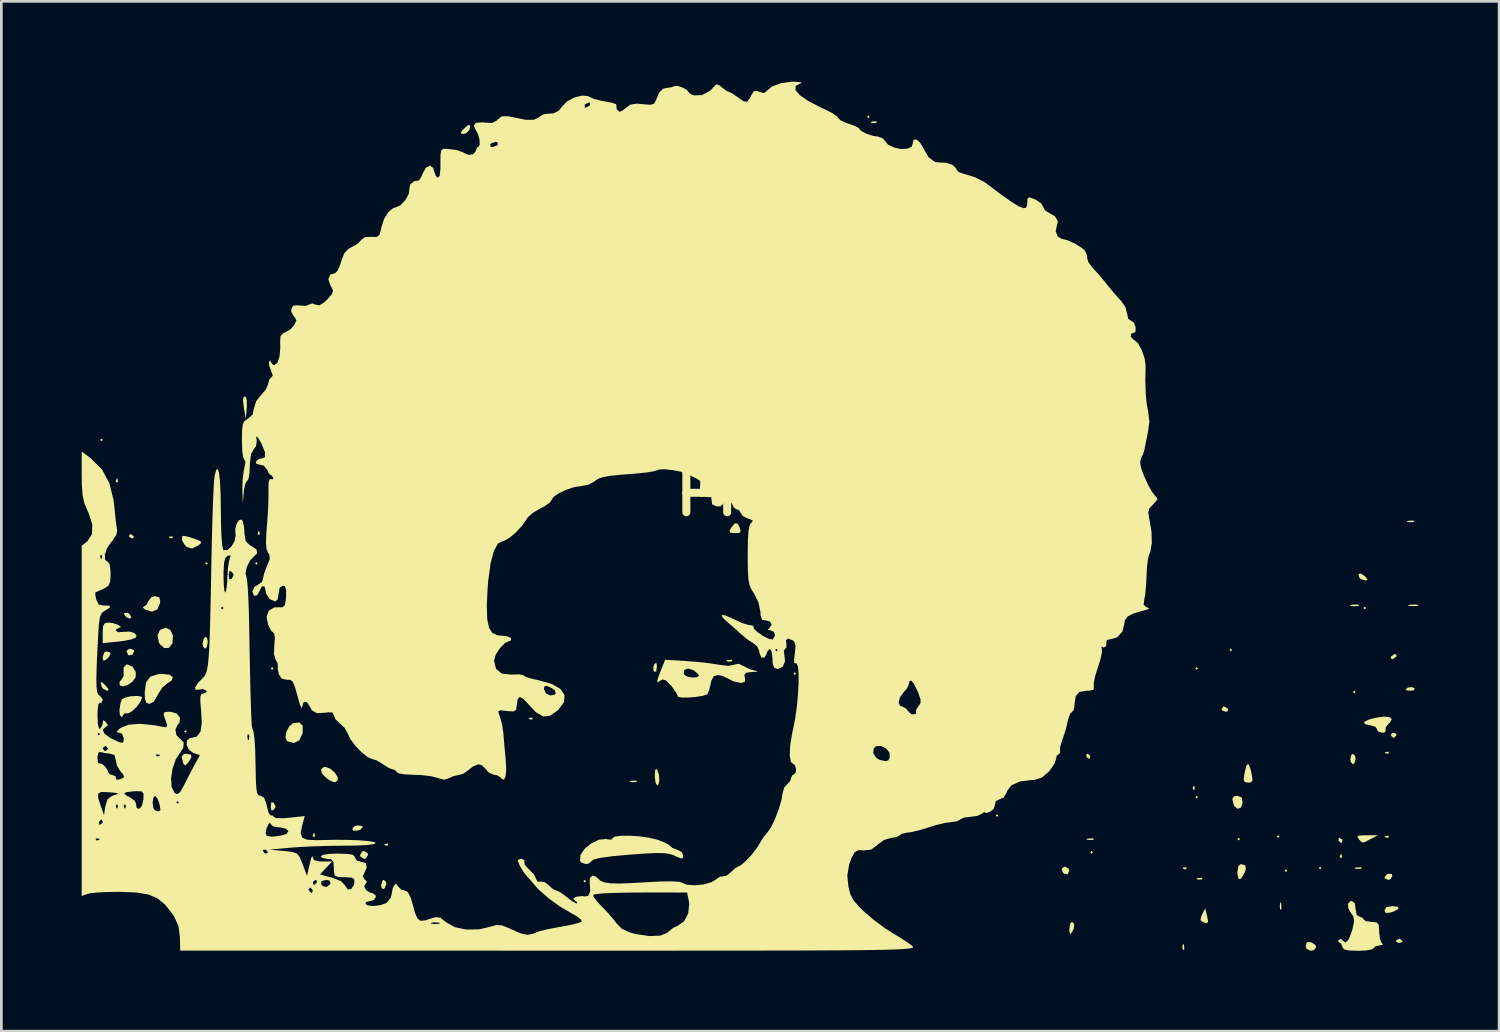
<source format=kicad_pcb>
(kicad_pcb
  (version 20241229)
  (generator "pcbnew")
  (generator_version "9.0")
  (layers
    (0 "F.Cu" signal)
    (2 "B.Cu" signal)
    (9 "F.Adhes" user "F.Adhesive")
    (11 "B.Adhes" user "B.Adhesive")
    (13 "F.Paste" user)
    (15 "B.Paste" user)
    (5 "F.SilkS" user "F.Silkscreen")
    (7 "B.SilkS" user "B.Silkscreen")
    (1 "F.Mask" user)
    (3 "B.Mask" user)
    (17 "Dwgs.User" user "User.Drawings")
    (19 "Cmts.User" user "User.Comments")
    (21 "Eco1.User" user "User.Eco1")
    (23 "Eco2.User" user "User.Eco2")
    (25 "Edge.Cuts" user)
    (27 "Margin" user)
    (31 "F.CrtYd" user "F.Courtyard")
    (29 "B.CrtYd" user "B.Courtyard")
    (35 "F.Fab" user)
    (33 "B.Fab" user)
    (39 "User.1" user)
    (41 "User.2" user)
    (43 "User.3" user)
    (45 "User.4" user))
  (footprint "Pikin"
    (layer "F.Cu")
    (at 25.008 15.386)
    (property "Reference" "Pikin" (at 0 0 0) (layer "F.SilkS") (effects (font (size 1.524 1.524) (thickness 0.3))))
    (attr board_only exclude_from_pos_files exclude_from_bom)
    (fp_poly (pts (xy -24.223 -2.01) (xy -24.272 -1.961) (xy -24.321 -2.01) (xy -24.272 -2.059)) (stroke (width 0) (type solid)) (fill yes) (layer "F.SilkS"))
    (fp_poly (pts (xy -21.085 8.875) (xy -21.134 8.924) (xy -21.183 8.875) (xy -21.134 8.826)) (stroke (width 0) (type solid)) (fill yes) (layer "F.SilkS"))
    (fp_poly (pts (xy -20.3 2.599) (xy -20.349 2.648) (xy -20.398 2.599) (xy -20.349 2.55)) (stroke (width 0) (type solid)) (fill yes) (layer "F.SilkS"))
    (fp_poly (pts (xy -18.437 2.599) (xy -18.486 2.648) (xy -18.535 2.599) (xy -18.486 2.55)) (stroke (width 0) (type solid)) (fill yes) (layer "F.SilkS"))
    (fp_poly (pts (xy -17.849 6.522) (xy -17.898 6.571) (xy -17.947 6.522) (xy -17.898 6.473)) (stroke (width 0) (type solid)) (fill yes) (layer "F.SilkS"))
    (fp_poly (pts (xy -6.178 14.465) (xy -6.227 14.514) (xy -6.276 14.465) (xy -6.227 14.416)) (stroke (width 0) (type solid)) (fill yes) (layer "F.SilkS"))
    (fp_poly (pts (xy 1.667 6.718) (xy 1.618 6.767) (xy 1.569 6.718) (xy 1.618 6.669)) (stroke (width 0) (type solid)) (fill yes) (layer "F.SilkS"))
    (fp_poly (pts (xy 4.413 -14.073) (xy 4.364 -14.024) (xy 4.315 -14.073) (xy 4.364 -14.122)) (stroke (width 0) (type solid)) (fill yes) (layer "F.SilkS"))
    (fp_poly (pts (xy 9.219 12.014) (xy 9.169 12.063) (xy 9.12 12.014) (xy 9.169 11.964)) (stroke (width 0) (type solid)) (fill yes) (layer "F.SilkS"))
    (fp_poly (pts (xy 12.749 13.386) (xy 12.7 13.436) (xy 12.651 13.386) (xy 12.7 13.337)) (stroke (width 0) (type solid)) (fill yes) (layer "F.SilkS"))
    (fp_poly (pts (xy 16.672 6.522) (xy 16.623 6.571) (xy 16.574 6.522) (xy 16.623 6.473)) (stroke (width 0) (type solid)) (fill yes) (layer "F.SilkS"))
    (fp_poly (pts (xy 16.672 11.327) (xy 16.623 11.376) (xy 16.574 11.327) (xy 16.623 11.278)) (stroke (width 0) (type solid)) (fill yes) (layer "F.SilkS"))
    (fp_poly (pts (xy 17.947 5.835) (xy 17.898 5.884) (xy 17.849 5.835) (xy 17.898 5.786)) (stroke (width 0) (type solid)) (fill yes) (layer "F.SilkS"))
    (fp_poly (pts (xy 18.241 12.896) (xy 18.192 12.945) (xy 18.143 12.896) (xy 18.192 12.847)) (stroke (width 0) (type solid)) (fill yes) (layer "F.SilkS"))
    (fp_poly (pts (xy 19.712 12.798) (xy 19.663 12.847) (xy 19.614 12.798) (xy 19.663 12.749)) (stroke (width 0) (type solid)) (fill yes) (layer "F.SilkS"))
    (fp_poly (pts (xy 20.006 14.073) (xy 19.957 14.122) (xy 19.908 14.073) (xy 19.957 14.024)) (stroke (width 0) (type solid)) (fill yes) (layer "F.SilkS"))
    (fp_poly (pts (xy 21.281 13.975) (xy 21.232 14.024) (xy 21.183 13.975) (xy 21.232 13.926)) (stroke (width 0) (type solid)) (fill yes) (layer "F.SilkS"))
    (fp_poly (pts (xy 22.556 7.404) (xy 22.507 7.453) (xy 22.458 7.404) (xy 22.507 7.355)) (stroke (width 0) (type solid)) (fill yes) (layer "F.SilkS"))
    (fp_poly (pts (xy 22.948 4.266) (xy 22.899 4.315) (xy 22.85 4.266) (xy 22.899 4.217)) (stroke (width 0) (type solid)) (fill yes) (layer "F.SilkS"))
    (fp_poly (pts (xy -23.667 -0.556) (xy -23.656 -0.439) (xy -23.667 -0.425) (xy -23.726 -0.438) (xy -23.733 -0.49) (xy -23.697 -0.571)) (stroke (width 0) (type solid)) (fill yes) (layer "F.SilkS"))
    (fp_poly (pts (xy -21.608 1.602) (xy -21.621 1.66) (xy -21.673 1.667) (xy -21.754 1.631) (xy -21.739 1.602) (xy -21.622 1.59)) (stroke (width 0) (type solid)) (fill yes) (layer "F.SilkS"))
    (fp_poly (pts (xy -18.372 1.406) (xy -18.36 1.522) (xy -18.372 1.536) (xy -18.43 1.523) (xy -18.437 1.471) (xy -18.401 1.39)) (stroke (width 0) (type solid)) (fill yes) (layer "F.SilkS"))
    (fp_poly (pts (xy -16.312 12.684) (xy -16.3 12.8) (xy -16.312 12.814) (xy -16.371 12.801) (xy -16.378 12.749) (xy -16.342 12.668)) (stroke (width 0) (type solid)) (fill yes) (layer "F.SilkS"))
    (fp_poly (pts (xy -13.566 13.076) (xy -13.58 13.134) (xy -13.632 13.141) (xy -13.712 13.105) (xy -13.697 13.076) (xy -13.581 13.064)) (stroke (width 0) (type solid)) (fill yes) (layer "F.SilkS"))
    (fp_poly (pts (xy -8.172 8.369) (xy -8.186 8.427) (xy -8.238 8.434) (xy -8.319 8.398) (xy -8.303 8.369) (xy -8.187 8.357)) (stroke (width 0) (type solid)) (fill yes) (layer "F.SilkS"))
    (fp_poly (pts (xy -4.291 10.723) (xy -4.278 10.758) (xy -4.413 10.772) (xy -4.552 10.757) (xy -4.536 10.723) (xy -4.335 10.71)) (stroke (width 0) (type solid)) (fill yes) (layer "F.SilkS"))
    (fp_poly (pts (xy -0.713 6.217) (xy -0.742 6.262) (xy -0.842 6.269) (xy -0.946 6.245) (xy -0.901 6.209) (xy -0.748 6.198)) (stroke (width 0) (type solid)) (fill yes) (layer "F.SilkS"))
    (fp_poly (pts (xy 4.681 -13.887) (xy 4.652 -13.842) (xy 4.552 -13.836) (xy 4.447 -13.859) (xy 4.493 -13.895) (xy 4.646 -13.906)) (stroke (width 0) (type solid)) (fill yes) (layer "F.SilkS"))
    (fp_poly (pts (xy 12.774 12.88) (xy 12.786 12.916) (xy 12.651 12.93) (xy 12.512 12.914) (xy 12.528 12.88) (xy 12.729 12.867)) (stroke (width 0) (type solid)) (fill yes) (layer "F.SilkS"))
    (fp_poly (pts (xy 16.15 16.85) (xy 16.162 17.003) (xy 16.143 17.038) (xy 16.098 17.008) (xy 16.091 16.909) (xy 16.115 16.804)) (stroke (width 0) (type solid)) (fill yes) (layer "F.SilkS"))
    (fp_poly (pts (xy 16.247 13.959) (xy 16.233 14.017) (xy 16.181 14.024) (xy 16.101 13.988) (xy 16.116 13.959) (xy 16.232 13.947)) (stroke (width 0) (type solid)) (fill yes) (layer "F.SilkS"))
    (fp_poly (pts (xy 16.541 10.918) (xy 16.553 11.035) (xy 16.541 11.049) (xy 16.483 11.036) (xy 16.476 10.984) (xy 16.512 10.903)) (stroke (width 0) (type solid)) (fill yes) (layer "F.SilkS"))
    (fp_poly (pts (xy 16.841 14.357) (xy 16.812 14.402) (xy 16.713 14.408) (xy 16.608 14.385) (xy 16.653 14.349) (xy 16.807 14.338)) (stroke (width 0) (type solid)) (fill yes) (layer "F.SilkS"))
    (fp_poly (pts (xy 19.777 15.274) (xy 19.79 15.475) (xy 19.777 15.519) (xy 19.741 15.532) (xy 19.727 15.397) (xy 19.743 15.258)) (stroke (width 0) (type solid)) (fill yes) (layer "F.SilkS"))
    (fp_poly (pts (xy 22.033 13.468) (xy 22.045 13.585) (xy 22.033 13.599) (xy 21.975 13.586) (xy 21.968 13.534) (xy 22.003 13.453)) (stroke (width 0) (type solid)) (fill yes) (layer "F.SilkS"))
    (fp_poly (pts (xy 22.777 13.959) (xy 22.789 13.995) (xy 22.654 14.008) (xy 22.515 13.993) (xy 22.531 13.959) (xy 22.732 13.946)) (stroke (width 0) (type solid)) (fill yes) (layer "F.SilkS"))
    (fp_poly (pts (xy 23.798 9.643) (xy 23.785 9.702) (xy 23.733 9.709) (xy 23.652 9.673) (xy 23.667 9.643) (xy 23.784 9.632)) (stroke (width 0) (type solid)) (fill yes) (layer "F.SilkS"))
    (fp_poly (pts (xy 23.798 12.782) (xy 23.785 12.84) (xy 23.733 12.847) (xy 23.652 12.811) (xy 23.667 12.782) (xy 23.784 12.77)) (stroke (width 0) (type solid)) (fill yes) (layer "F.SilkS"))
    (fp_poly (pts (xy 24.738 1.014) (xy 24.75 1.05) (xy 24.615 1.063) (xy 24.476 1.048) (xy 24.493 1.014) (xy 24.694 1.001)) (stroke (width 0) (type solid)) (fill yes) (layer "F.SilkS"))
    (fp_poly (pts (xy -23.223 4.492) (xy -23.147 4.622) (xy -23.22 4.66) (xy -23.341 4.609) (xy -23.426 4.501) (xy -23.41 4.45) (xy -23.29 4.444)) (stroke (width 0) (type solid)) (fill yes) (layer "F.SilkS"))
    (fp_poly (pts (xy 24.23 16.627) (xy 24.317 16.722) (xy 24.218 16.768) (xy 24.168 16.77) (xy 24.067 16.722) (xy 24.077 16.67) (xy 24.195 16.614)) (stroke (width 0) (type solid)) (fill yes) (layer "F.SilkS"))
    (fp_poly (pts (xy -24.24 7.045) (xy -24.101 7.175) (xy -23.997 7.31) (xy -24.043 7.354) (xy -24.066 7.355) (xy -24.214 7.276) (xy -24.264 7.194) (xy -24.304 7.039)) (stroke (width 0) (type solid)) (fill yes) (layer "F.SilkS"))
    (fp_poly (pts (xy -23.144 1.52) (xy -23.051 1.608) (xy -23.046 1.624) (xy -23.122 1.666) (xy -23.144 1.667) (xy -23.239 1.592) (xy -23.242 1.563) (xy -23.182 1.505)) (stroke (width 0) (type solid)) (fill yes) (layer "F.SilkS"))
    (fp_poly (pts (xy -23.063 5.836) (xy -23.046 5.878) (xy -23.111 6.006) (xy -23.237 6.037) (xy -23.278 6.012) (xy -23.337 5.87) (xy -23.233 5.789) (xy -23.193 5.786)) (stroke (width 0) (type solid)) (fill yes) (layer "F.SilkS"))
    (fp_poly (pts (xy -20.326 5.38) (xy -20.3 5.535) (xy -20.333 5.722) (xy -20.398 5.786) (xy -20.479 5.704) (xy -20.497 5.596) (xy -20.451 5.408) (xy -20.398 5.345)) (stroke (width 0) (type solid)) (fill yes) (layer "F.SilkS"))
    (fp_poly (pts (xy -18.872 -3.606) (xy -18.843 -3.481) (xy -18.843 -3.241) (xy -18.847 -3.173) (xy -18.878 -2.795) (xy -18.949 -3.182) (xy -18.985 -3.484) (xy -18.958 -3.631)) (stroke (width 0) (type solid)) (fill yes) (layer "F.SilkS"))
    (fp_poly (pts (xy -17.853 11.53) (xy -17.829 11.553) (xy -17.762 11.686) (xy -17.829 11.788) (xy -17.917 11.836) (xy -17.946 11.717) (xy -17.947 11.67) (xy -17.927 11.514)) (stroke (width 0) (type solid)) (fill yes) (layer "F.SilkS"))
    (fp_poly (pts (xy -14.551 12.405) (xy -14.514 12.449) (xy -14.596 12.536) (xy -14.71 12.581) (xy -14.871 12.577) (xy -14.907 12.516) (xy -14.824 12.414) (xy -14.71 12.384)) (stroke (width 0) (type solid)) (fill yes) (layer "F.SilkS"))
    (fp_poly (pts (xy -14.335 13.416) (xy -14.318 13.485) (xy -14.397 13.615) (xy -14.465 13.632) (xy -14.595 13.553) (xy -14.612 13.485) (xy -14.534 13.355) (xy -14.465 13.337)) (stroke (width 0) (type solid)) (fill yes) (layer "F.SilkS"))
    (fp_poly (pts (xy -13.642 14.495) (xy -13.632 14.558) (xy -13.691 14.725) (xy -13.73 14.759) (xy -13.807 14.729) (xy -13.828 14.618) (xy -13.788 14.456) (xy -13.73 14.416)) (stroke (width 0) (type solid)) (fill yes) (layer "F.SilkS"))
    (fp_poly (pts (xy -10.498 -13.752) (xy -10.527 -13.587) (xy -10.664 -13.454) (xy -10.751 -13.436) (xy -10.856 -13.451) (xy -10.828 -13.528) (xy -10.738 -13.632) (xy -10.576 -13.769)) (stroke (width 0) (type solid)) (fill yes) (layer "F.SilkS"))
    (fp_poly (pts (xy -3.533 6.407) (xy -3.532 6.448) (xy -3.555 6.638) (xy -3.623 6.646) (xy -3.665 6.59) (xy -3.662 6.451) (xy -3.624 6.37) (xy -3.556 6.3)) (stroke (width 0) (type solid)) (fill yes) (layer "F.SilkS"))
    (fp_poly (pts (xy 11.849 14.004) (xy 11.866 14.073) (xy 11.807 14.208) (xy 11.671 14.184) (xy 11.638 14.155) (xy 11.575 14.011) (xy 11.677 13.929) (xy 11.719 13.926)) (stroke (width 0) (type solid)) (fill yes) (layer "F.SilkS"))
    (fp_poly (pts (xy 12.051 16.058) (xy 12.035 16.233) (xy 11.964 16.378) (xy 11.897 16.444) (xy 11.87 16.341) (xy 11.868 16.255) (xy 11.898 16.059) (xy 11.964 15.985)) (stroke (width 0) (type solid)) (fill yes) (layer "F.SilkS"))
    (fp_poly (pts (xy 12.647 9.78) (xy 12.651 9.807) (xy 12.618 9.902) (xy 12.608 9.905) (xy 12.524 9.836) (xy 12.504 9.807) (xy 12.512 9.717) (xy 12.547 9.709)) (stroke (width 0) (type solid)) (fill yes) (layer "F.SilkS"))
    (fp_poly (pts (xy 17.008 15.745) (xy 17.05 15.965) (xy 17.008 16.037) (xy 16.863 15.998) (xy 16.765 15.919) (xy 16.796 15.772) (xy 16.826 15.709) (xy 16.942 15.482)) (stroke (width 0) (type solid)) (fill yes) (layer "F.SilkS"))
    (fp_poly (pts (xy 17.78 8.015) (xy 17.8 8.042) (xy 17.777 8.126) (xy 17.707 8.14) (xy 17.573 8.089) (xy 17.554 8.042) (xy 17.625 7.946) (xy 17.647 7.944)) (stroke (width 0) (type solid)) (fill yes) (layer "F.SilkS"))
    (fp_poly (pts (xy 20.889 16.741) (xy 21.048 16.84) (xy 21.085 16.928) (xy 21.003 17.038) (xy 20.889 17.064) (xy 20.724 16.994) (xy 20.693 16.877) (xy 20.74 16.74)) (stroke (width 0) (type solid)) (fill yes) (layer "F.SilkS"))
    (fp_poly (pts (xy 22.062 12.918) (xy 22.066 12.945) (xy 22.032 13.041) (xy 22.022 13.043) (xy 21.939 12.975) (xy 21.919 12.945) (xy 21.926 12.855) (xy 21.962 12.847)) (stroke (width 0) (type solid)) (fill yes) (layer "F.SilkS"))
    (fp_poly (pts (xy 22.538 9.791) (xy 22.556 9.905) (xy 22.515 10.064) (xy 22.458 10.101) (xy 22.378 10.019) (xy 22.36 9.905) (xy 22.401 9.746) (xy 22.458 9.709)) (stroke (width 0) (type solid)) (fill yes) (layer "F.SilkS"))
    (fp_poly (pts (xy 22.68 4.153) (xy 22.684 4.185) (xy 22.53 4.198) (xy 22.507 4.198) (xy 22.355 4.184) (xy 22.369 4.154) (xy 22.386 4.149) (xy 22.6 4.135)) (stroke (width 0) (type solid)) (fill yes) (layer "F.SilkS"))
    (fp_poly (pts (xy 23.908 14.2) (xy 23.929 14.272) (xy 23.85 14.4) (xy 23.782 14.416) (xy 23.651 14.369) (xy 23.635 14.329) (xy 23.713 14.221) (xy 23.782 14.185)) (stroke (width 0) (type solid)) (fill yes) (layer "F.SilkS"))
    (fp_poly (pts (xy 24.084 8.97) (xy 24.076 9.022) (xy 23.992 9.116) (xy 23.978 9.12) (xy 23.9 9.052) (xy 23.88 9.022) (xy 23.903 8.939) (xy 23.978 8.924)) (stroke (width 0) (type solid)) (fill yes) (layer "F.SilkS"))
    (fp_poly (pts (xy 24.092 6.043) (xy 24.076 6.08) (xy 23.946 6.175) (xy 23.917 6.178) (xy 23.864 6.118) (xy 23.88 6.08) (xy 24.01 5.986) (xy 24.039 5.982)) (stroke (width 0) (type solid)) (fill yes) (layer "F.SilkS"))
    (fp_poly (pts (xy 24.764 7.26) (xy 24.765 7.261) (xy 24.733 7.335) (xy 24.621 7.355) (xy 24.458 7.339) (xy 24.419 7.317) (xy 24.497 7.242) (xy 24.651 7.217)) (stroke (width 0) (type solid)) (fill yes) (layer "F.SilkS"))
    (fp_poly (pts (xy 24.885 4.149) (xy 24.916 4.178) (xy 24.78 4.193) (xy 24.714 4.194) (xy 24.535 4.184) (xy 24.514 4.159) (xy 24.542 4.149) (xy 24.791 4.134)) (stroke (width 0) (type solid)) (fill yes) (layer "F.SilkS"))
    (fp_poly (pts (xy -23.945 5.931) (xy -23.929 5.97) (xy -23.996 6.098) (xy -24.076 6.178) (xy -24.189 6.242) (xy -24.222 6.14) (xy -24.223 6.092) (xy -24.165 5.923) (xy -24.076 5.884)) (stroke (width 0) (type solid)) (fill yes) (layer "F.SilkS"))
    (fp_poly (pts (xy -20.922 9.743) (xy -20.918 9.86) (xy -21.027 10.03) (xy -21.135 10.147) (xy -21.197 10.103) (xy -21.22 10.047) (xy -21.276 9.823) (xy -21.204 9.724) (xy -21.085 9.709)) (stroke (width 0) (type solid)) (fill yes) (layer "F.SilkS"))
    (fp_poly (pts (xy -0.514 1.119) (xy -0.452 1.234) (xy -0.401 1.403) (xy -0.466 1.464) (xy -0.638 1.471) (xy -0.808 1.453) (xy -0.814 1.367) (xy -0.762 1.275) (xy -0.62 1.104)) (stroke (width 0) (type solid)) (fill yes) (layer "F.SilkS"))
    (fp_poly (pts (xy 18.297 11.335) (xy 18.339 11.523) (xy 18.282 11.714) (xy 18.157 11.767) (xy 18.03 11.663) (xy 18.006 11.613) (xy 17.952 11.391) (xy 18.026 11.292) (xy 18.143 11.278)) (stroke (width 0) (type solid)) (fill yes) (layer "F.SilkS"))
    (fp_poly (pts (xy 18.44 13.873) (xy 18.459 14.022) (xy 18.401 14.175) (xy 18.277 14.376) (xy 18.188 14.385) (xy 18.145 14.205) (xy 18.143 14.122) (xy 18.182 13.9) (xy 18.274 13.828)) (stroke (width 0) (type solid)) (fill yes) (layer "F.SilkS"))
    (fp_poly (pts (xy 22.9 3.076) (xy 22.902 3.078) (xy 23.004 3.198) (xy 22.959 3.235) (xy 22.912 3.236) (xy 22.739 3.175) (xy 22.699 3.132) (xy 22.665 3.001) (xy 22.75 2.977)) (stroke (width 0) (type solid)) (fill yes) (layer "F.SilkS"))
    (fp_poly (pts (xy 24.143 15.424) (xy 24.158 15.494) (xy 24.001 15.587) (xy 23.855 15.638) (xy 23.683 15.655) (xy 23.635 15.551) (xy 23.708 15.434) (xy 23.942 15.397) (xy 23.949 15.397)) (stroke (width 0) (type solid)) (fill yes) (layer "F.SilkS"))
    (fp_poly (pts (xy -3.522 10.307) (xy -3.453 10.497) (xy -3.438 10.708) (xy -3.476 10.858) (xy -3.521 10.886) (xy -3.578 10.799) (xy -3.608 10.585) (xy -3.609 10.528) (xy -3.594 10.309) (xy -3.546 10.277)) (stroke (width 0) (type solid)) (fill yes) (layer "F.SilkS"))
    (fp_poly (pts (xy 23.39 12.75) (xy 23.109 12.897) (xy 22.909 13.001) (xy 22.81 13.023) (xy 22.737 12.964) (xy 22.675 12.892) (xy 22.622 12.803) (xy 22.694 12.761) (xy 22.925 12.75) (xy 22.969 12.75)) (stroke (width 0) (type solid)) (fill yes) (layer "F.SilkS"))
    (fp_poly (pts (xy -15.73 10.263) (xy -15.556 10.412) (xy -15.448 10.583) (xy -15.449 10.694) (xy -15.54 10.774) (xy -15.682 10.738) (xy -15.863 10.623) (xy -16.035 10.45) (xy -16.074 10.295) (xy -15.973 10.206) (xy -15.909 10.199)) (stroke (width 0) (type solid)) (fill yes) (layer "F.SilkS"))
    (fp_poly (pts (xy -21.697 5.085) (xy -21.603 5.294) (xy -21.617 5.564) (xy -21.624 5.59) (xy -21.748 5.755) (xy -21.922 5.763) (xy -22.088 5.618) (xy -22.125 5.551) (xy -22.176 5.285) (xy -22.086 5.084) (xy -21.879 5.002) (xy -21.871 5.002)) (stroke (width 0) (type solid)) (fill yes) (layer "F.SilkS"))
    (fp_poly (pts (xy -16.756 8.663) (xy -16.758 8.934) (xy -16.76 8.942) (xy -16.882 9.204) (xy -17.086 9.309) (xy -17.335 9.237) (xy -17.338 9.235) (xy -17.401 9.094) (xy -17.364 8.882) (xy -17.253 8.678) (xy -17.115 8.568) (xy -16.878 8.538)) (stroke (width 0) (type solid)) (fill yes) (layer "F.SilkS"))
    (fp_poly (pts (xy 18.628 10.259) (xy 18.679 10.469) (xy 18.709 10.687) (xy 18.657 10.774) (xy 18.545 10.788) (xy 18.412 10.761) (xy 18.379 10.644) (xy 18.405 10.469) (xy 18.456 10.239) (xy 18.498 10.113) (xy 18.5 10.109) (xy 18.563 10.105)) (stroke (width 0) (type solid)) (fill yes) (layer "F.SilkS"))
    (fp_poly (pts (xy -22.113 3.861) (xy -22.076 4.006) (xy -22.084 4.094) (xy -22.185 4.319) (xy -22.39 4.402) (xy -22.644 4.324) (xy -22.654 4.317) (xy -22.727 4.238) (xy -22.69 4.218) (xy -22.578 4.135) (xy -22.528 4.021) (xy -22.396 3.855) (xy -22.264 3.825)) (stroke (width 0) (type solid)) (fill yes) (layer "F.SilkS"))
    (fp_poly (pts (xy -21.056 1.599) (xy -20.82 1.672) (xy -20.79 1.682) (xy -20.584 1.764) (xy -20.541 1.83) (xy -20.638 1.92) (xy -20.647 1.927) (xy -20.885 2.045) (xy -21.075 1.993) (xy -21.158 1.913) (xy -21.265 1.734) (xy -21.263 1.601) (xy -21.198 1.569)) (stroke (width 0) (type solid)) (fill yes) (layer "F.SilkS"))
    (fp_poly (pts (xy -23.108 6.458) (xy -22.99 6.654) (xy -22.991 6.845) (xy -23.107 7.015) (xy -23.294 7.143) (xy -23.482 7.195) (xy -23.595 7.144) (xy -23.587 7.008) (xy -23.542 6.966) (xy -23.445 6.816) (xy -23.443 6.756) (xy -23.444 6.49) (xy -23.347 6.379) (xy -23.304 6.375)) (stroke (width 0) (type solid)) (fill yes) (layer "F.SilkS"))
    (fp_poly (pts (xy -21.725 6.758) (xy -21.604 6.851) (xy -21.65 6.975) (xy -21.798 7.069) (xy -21.995 7.232) (xy -22.157 7.485) (xy -22.167 7.511) (xy -22.314 7.761) (xy -22.476 7.846) (xy -22.59 7.809) (xy -22.643 7.666) (xy -22.654 7.416) (xy -22.608 7.05) (xy -22.451 6.833) (xy -22.157 6.737) (xy -21.995 6.726)) (stroke (width 0) (type solid)) (fill yes) (layer "F.SilkS"))
    (fp_poly (pts (xy 23.831 8.342) (xy 23.91 8.422) (xy 23.827 8.552) (xy 23.797 8.576) (xy 23.68 8.722) (xy 23.68 8.82) (xy 23.656 8.903) (xy 23.542 8.924) (xy 23.391 8.876) (xy 23.365 8.802) (xy 23.299 8.702) (xy 23.12 8.648) (xy 22.902 8.598) (xy 22.873 8.526) (xy 23.026 8.441) (xy 23.285 8.367) (xy 23.614 8.32)) (stroke (width 0) (type solid)) (fill yes) (layer "F.SilkS"))
    (fp_poly (pts (xy -22.786 7.573) (xy -22.752 7.61) (xy -22.814 7.768) (xy -22.96 7.96) (xy -23.133 8.125) (xy -23.276 8.201) (xy -23.303 8.198) (xy -23.422 8.202) (xy -23.439 8.241) (xy -23.507 8.334) (xy -23.525 8.336) (xy -23.583 8.252) (xy -23.597 8.066) (xy -23.559 7.82) (xy -23.505 7.674) (xy -23.384 7.606) (xy -23.172 7.562) (xy -22.946 7.548)) (stroke (width 0) (type solid)) (fill yes) (layer "F.SilkS"))
    (fp_poly (pts (xy -23.83 4.833) (xy -23.664 4.89) (xy -23.557 4.953) (xy -23.563 4.995) (xy -23.61 5) (xy -23.724 5.068) (xy -23.733 5.107) (xy -23.65 5.17) (xy -23.463 5.157) (xy -23.225 5.146) (xy -23.039 5.2) (xy -22.959 5.295) (xy -22.998 5.377) (xy -23.143 5.435) (xy -23.416 5.491) (xy -23.659 5.521) (xy -24.223 5.576) (xy -24.223 5.191) (xy -24.208 4.94) (xy -24.142 4.83) (xy -24.003 4.807)) (stroke (width 0) (type solid)) (fill yes) (layer "F.SilkS"))
    (fp_poly (pts (xy -4.185 12.791) (xy -3.825 12.841) (xy -3.522 12.915) (xy -3.506 12.92) (xy -3.24 13.025) (xy -3.071 13.115) (xy -3.04 13.15) (xy -2.957 13.222) (xy -2.795 13.28) (xy -2.611 13.375) (xy -2.55 13.486) (xy -2.558 13.596) (xy -2.618 13.618) (xy -2.781 13.555) (xy -2.903 13.5) (xy -3.057 13.447) (xy -3.266 13.419) (xy -3.564 13.415) (xy -3.986 13.434) (xy -4.552 13.475) (xy -5.186 13.533) (xy -5.628 13.593) (xy -5.884 13.654) (xy -5.958 13.705) (xy -6.077 13.809) (xy -6.178 13.828) (xy -6.351 13.77) (xy -6.401 13.705) (xy -6.384 13.485) (xy -6.227 13.255) (xy -5.982 13.054) (xy -5.699 12.918) (xy -5.428 12.888) (xy -5.348 12.909) (xy -5.22 12.91) (xy -5.198 12.867) (xy -5.109 12.804) (xy -4.878 12.771) (xy -4.553 12.767)) (stroke (width 0) (type solid)) (fill yes) (layer "F.SilkS"))
    (fp_poly (pts (xy 22.526 15.288) (xy 22.556 15.495) (xy 22.6 15.729) (xy 22.703 15.789) (xy 22.834 15.842) (xy 22.85 15.887) (xy 22.935 15.956) (xy 23.141 15.985) (xy 23.144 15.985) (xy 23.334 16.001) (xy 23.418 16.087) (xy 23.438 16.3) (xy 23.439 16.369) (xy 23.467 16.631) (xy 23.54 16.789) (xy 23.561 16.803) (xy 23.578 16.843) (xy 23.463 16.86) (xy 23.291 16.903) (xy 23.242 16.966) (xy 23.153 17.018) (xy 22.92 17.054) (xy 22.654 17.064) (xy 22.312 17.053) (xy 22.129 17.013) (xy 22.067 16.935) (xy 22.066 16.917) (xy 22.01 16.787) (xy 21.962 16.77) (xy 21.906 16.708) (xy 21.925 16.661) (xy 22.013 16.616) (xy 22.074 16.685) (xy 22.183 16.758) (xy 22.299 16.639) (xy 22.418 16.333) (xy 22.446 16.235) (xy 22.502 15.956) (xy 22.471 15.78) (xy 22.406 15.688) (xy 22.286 15.484) (xy 22.276 15.302) (xy 22.374 15.204) (xy 22.409 15.201)) (stroke (width 0) (type solid)) (fill yes) (layer "F.SilkS"))
    (fp_poly (pts (xy -2.47 6.244) (xy -2.023 6.279) (xy -1.578 6.328) (xy -1.238 6.381) (xy -0.867 6.427) (xy -0.655 6.388) (xy -0.643 6.379) (xy -0.467 6.348) (xy -0.334 6.417) (xy -0.078 6.544) (xy 0.101 6.597) (xy 0.23 6.628) (xy 0.183 6.646) (xy 0.018 6.655) (xy -0.199 6.682) (xy -0.266 6.759) (xy -0.245 6.865) (xy -0.235 7.013) (xy -0.366 7.06) (xy -0.416 7.061) (xy -0.683 7.001) (xy -0.839 6.917) (xy -1.081 6.8) (xy -1.246 6.77) (xy -1.405 6.812) (xy -1.496 6.977) (xy -1.527 7.111) (xy -1.585 7.349) (xy -1.646 7.485) (xy -1.654 7.492) (xy -1.819 7.545) (xy -2.075 7.585) (xy -2.357 7.608) (xy -2.599 7.609) (xy -2.735 7.583) (xy -2.746 7.568) (xy -2.804 7.435) (xy -2.95 7.228) (xy -3.002 7.164) (xy -3.186 6.974) (xy -3.315 6.93) (xy -3.394 6.972) (xy -3.496 7.04) (xy -3.52 6.994) (xy -3.465 6.81) (xy -3.424 6.705) (xy -2.531 6.705) (xy -2.506 6.758) (xy -2.385 6.832) (xy -2.194 6.863) (xy -2.024 6.847) (xy -1.961 6.79) (xy -2.035 6.688) (xy -2.169 6.586) (xy -2.364 6.525) (xy -2.504 6.575) (xy -2.531 6.705) (xy -3.424 6.705) (xy -3.377 6.584) (xy -3.224 6.201)) (stroke (width 0) (type solid)) (fill yes) (layer "F.SilkS"))
    (fp_poly (pts (xy 1.811 -15.37) (xy 1.877 -15.345) (xy 1.847 -15.331) (xy 1.653 -15.228) (xy 1.641 -15.077) (xy 1.802 -14.885) (xy 2.131 -14.659) (xy 2.62 -14.407) (xy 2.77 -14.339) (xy 3.034 -14.205) (xy 3.203 -14.085) (xy 3.236 -14.033) (xy 3.321 -13.946) (xy 3.534 -13.848) (xy 3.629 -13.816) (xy 3.871 -13.729) (xy 4.009 -13.652) (xy 4.021 -13.632) (xy 4.104 -13.541) (xy 4.303 -13.44) (xy 4.542 -13.362) (xy 4.715 -13.337) (xy 4.9 -13.276) (xy 4.963 -13.199) (xy 5.097 -13.039) (xy 5.324 -12.928) (xy 5.585 -12.873) (xy 5.824 -12.882) (xy 5.984 -12.961) (xy 6.018 -13.068) (xy 6.051 -13.218) (xy 6.159 -13.227) (xy 6.296 -13.112) (xy 6.407 -12.921) (xy 6.613 -12.567) (xy 6.855 -12.386) (xy 7.031 -12.368) (xy 7.286 -12.358) (xy 7.515 -12.275) (xy 7.642 -12.151) (xy 7.649 -12.114) (xy 7.739 -12.011) (xy 7.972 -11.929) (xy 8.038 -11.916) (xy 8.364 -11.812) (xy 8.706 -11.631) (xy 8.798 -11.566) (xy 9.32 -11.174) (xy 9.708 -10.898) (xy 9.982 -10.73) (xy 10.159 -10.662) (xy 10.258 -10.684) (xy 10.295 -10.789) (xy 10.297 -10.84) (xy 10.307 -11.019) (xy 10.373 -11.069) (xy 10.546 -11.009) (xy 10.636 -10.968) (xy 10.819 -10.841) (xy 10.886 -10.72) (xy 10.966 -10.576) (xy 11.057 -10.52) (xy 11.33 -10.362) (xy 11.442 -10.169) (xy 11.404 -10.011) (xy 11.359 -9.803) (xy 11.433 -9.609) (xy 11.592 -9.514) (xy 11.611 -9.513) (xy 11.82 -9.46) (xy 12.094 -9.331) (xy 12.343 -9.174) (xy 12.45 -9.077) (xy 12.534 -8.89) (xy 12.534 -8.805) (xy 12.577 -8.651) (xy 12.723 -8.451) (xy 12.749 -8.424) (xy 12.964 -8.189) (xy 13.209 -7.897) (xy 13.288 -7.796) (xy 13.515 -7.517) (xy 13.736 -7.27) (xy 13.803 -7.202) (xy 13.964 -6.966) (xy 14.024 -6.731) (xy 14.069 -6.53) (xy 14.16 -6.473) (xy 14.278 -6.389) (xy 14.341 -6.232) (xy 14.343 -6.06) (xy 14.291 -6.012) (xy 14.175 -5.977) (xy 14.164 -5.864) (xy 14.259 -5.758) (xy 14.288 -5.747) (xy 14.433 -5.618) (xy 14.574 -5.365) (xy 14.678 -5.061) (xy 14.717 -4.775) (xy 14.716 -4.756) (xy 14.706 -4.231) (xy 14.722 -3.734) (xy 14.761 -3.325) (xy 14.811 -3.085) (xy 14.857 -2.685) (xy 14.804 -2.301) (xy 14.738 -1.983) (xy 14.688 -1.725) (xy 14.674 -1.645) (xy 14.617 -1.461) (xy 14.582 -1.408) (xy 14.525 -1.263) (xy 14.514 -1.145) (xy 14.557 -0.937) (xy 14.665 -0.647) (xy 14.809 -0.337) (xy 14.96 -0.067) (xy 15.089 0.101) (xy 15.126 0.125) (xy 15.161 0.208) (xy 15.021 0.373) (xy 15.01 0.383) (xy 14.862 0.537) (xy 14.816 0.691) (xy 14.851 0.93) (xy 14.87 1.009) (xy 14.938 1.431) (xy 14.947 1.837) (xy 14.897 2.159) (xy 14.851 2.265) (xy 14.805 2.431) (xy 14.769 2.725) (xy 14.753 3.04) (xy 14.735 3.419) (xy 14.702 3.754) (xy 14.668 3.938) (xy 14.642 4.139) (xy 14.731 4.229) (xy 14.776 4.242) (xy 14.856 4.281) (xy 14.758 4.33) (xy 14.661 4.355) (xy 14.27 4.468) (xy 14.041 4.586) (xy 13.939 4.731) (xy 13.926 4.834) (xy 13.852 5.142) (xy 13.658 5.355) (xy 13.465 5.419) (xy 13.299 5.452) (xy 13.258 5.488) (xy 13.242 5.692) (xy 13.155 5.741) (xy 13.126 5.728) (xy 13.059 5.716) (xy 13.083 5.77) (xy 13.087 5.915) (xy 13.031 6.181) (xy 12.939 6.469) (xy 12.835 6.798) (xy 12.781 7.069) (xy 12.783 7.205) (xy 12.78 7.309) (xy 12.636 7.351) (xy 12.511 7.355) (xy 12.248 7.399) (xy 12.108 7.553) (xy 12.063 7.854) (xy 12.063 7.903) (xy 12.03 8.083) (xy 11.969 8.14) (xy 11.893 8.226) (xy 11.821 8.439) (xy 11.806 8.508) (xy 11.72 8.857) (xy 11.606 9.191) (xy 11.603 9.198) (xy 11.528 9.438) (xy 11.52 9.602) (xy 11.526 9.615) (xy 11.514 9.702) (xy 11.48 9.709) (xy 11.394 9.79) (xy 11.376 9.895) (xy 11.312 10.08) (xy 11.153 10.315) (xy 11.092 10.385) (xy 10.837 10.601) (xy 10.564 10.685) (xy 10.43 10.691) (xy 10.017 10.744) (xy 9.709 10.885) (xy 9.545 11.094) (xy 9.531 11.152) (xy 9.417 11.344) (xy 9.286 11.395) (xy 9.118 11.48) (xy 9.099 11.592) (xy 9.044 11.764) (xy 8.927 11.865) (xy 8.775 11.921) (xy 8.728 11.899) (xy 8.674 11.893) (xy 8.611 11.945) (xy 8.435 12.028) (xy 8.177 12.063) (xy 8.175 12.063) (xy 7.938 12.09) (xy 7.799 12.157) (xy 7.797 12.161) (xy 7.663 12.233) (xy 7.463 12.259) (xy 7.221 12.291) (xy 6.883 12.373) (xy 6.62 12.455) (xy 6.276 12.561) (xy 5.976 12.632) (xy 5.826 12.651) (xy 5.624 12.689) (xy 5.541 12.749) (xy 5.407 12.823) (xy 5.216 12.849) (xy 4.945 12.928) (xy 4.713 13.102) (xy 4.47 13.287) (xy 4.208 13.315) (xy 4.197 13.314) (xy 3.992 13.307) (xy 3.853 13.386) (xy 3.739 13.59) (xy 3.649 13.835) (xy 3.579 14.253) (xy 3.62 14.666) (xy 3.695 14.956) (xy 3.822 15.194) (xy 4.042 15.445) (xy 4.233 15.627) (xy 4.583 15.923) (xy 4.966 16.208) (xy 5.247 16.39) (xy 5.568 16.584) (xy 5.858 16.775) (xy 5.982 16.866) (xy 6.015 16.893) (xy 6.034 16.918) (xy 6.03 16.939) (xy 5.994 16.959) (xy 5.917 16.976) (xy 5.789 16.991) (xy 5.6 17.005) (xy 5.342 17.016) (xy 5.005 17.026) (xy 4.58 17.034) (xy 4.057 17.041) (xy 3.426 17.046) (xy 2.679 17.05) (xy 1.807 17.054) (xy 0.799 17.056) (xy -0.354 17.057) (xy -1.661 17.058) (xy -3.131 17.059) (xy -4.774 17.059) (xy -6.6 17.059) (xy -7.551 17.059) (xy -21.33 17.057) (xy -21.34 16.564) (xy -21.392 16.147) (xy -21.438 16.047) (xy -11.978 16.047) (xy -11.848 16.064) (xy -11.817 16.064) (xy -11.65 16.054) (xy -11.635 16.023) (xy -11.644 16.019) (xy -11.839 16) (xy -11.938 16.015) (xy -11.978 16.047) (xy -21.438 16.047) (xy -21.556 15.785) (xy -21.636 15.665) (xy -21.902 15.333) (xy -22.181 15.105) (xy -22.517 14.963) (xy -22.955 14.889) (xy -23.54 14.865) (xy -23.576 14.864) (xy -24.021 14.869) (xy -24.411 14.888) (xy -24.693 14.917) (xy -24.787 14.938) (xy -25.008 15.018) (xy -25.008 14.771) (xy -16.54 14.771) (xy -16.525 14.808) (xy -16.437 14.902) (xy -16.421 14.907) (xy -16.379 14.831) (xy -16.378 14.808) (xy -16.453 14.714) (xy -16.481 14.71) (xy -16.54 14.771) (xy -25.008 14.771) (xy -25.008 14.514) (xy -16.378 14.514) (xy -16.344 14.61) (xy -16.334 14.612) (xy -16.3 14.584) (xy -16.065 14.584) (xy -16.016 14.647) (xy -15.87 14.684) (xy -15.736 14.581) (xy -15.714 14.533) (xy -15.762 14.44) (xy -15.879 14.416) (xy -16.056 14.464) (xy -16.065 14.584) (xy -16.3 14.584) (xy -16.251 14.544) (xy -16.231 14.514) (xy -16.238 14.424) (xy -16.274 14.416) (xy -16.374 14.487) (xy -16.378 14.514) (xy -25.008 14.514) (xy -25.008 13.332) (xy -18.241 13.332) (xy -18.17 13.432) (xy -18.143 13.436) (xy -18.047 13.402) (xy -18.045 13.392) (xy -18.114 13.309) (xy -18.143 13.288) (xy -18.233 13.296) (xy -18.241 13.332) (xy -25.008 13.332) (xy -25.008 12.88) (xy -24.485 12.88) (xy -24.471 12.938) (xy -24.419 12.945) (xy -24.339 12.909) (xy -24.354 12.88) (xy -24.47 12.868) (xy -24.485 12.88) (xy -25.008 12.88) (xy -25.008 12.666) (xy -18.141 12.666) (xy -18.097 12.774) (xy -17.929 12.804) (xy -17.803 12.796) (xy -17.543 12.757) (xy -17.368 12.706) (xy -17.36 12.701) (xy -17.291 12.598) (xy -17.38 12.506) (xy -17.593 12.457) (xy -17.658 12.455) (xy -17.868 12.418) (xy -17.948 12.332) (xy -17.978 12.278) (xy -18.042 12.351) (xy -18.107 12.495) (xy -18.141 12.653) (xy -18.141 12.666) (xy -25.008 12.666) (xy -25.008 12.259) (xy -24.37 12.259) (xy -24.362 12.349) (xy -24.327 12.357) (xy -24.227 12.286) (xy -24.223 12.259) (xy -24.257 12.163) (xy -24.266 12.161) (xy -24.35 12.229) (xy -24.37 12.259) (xy -25.008 12.259) (xy -25.008 11.202) (xy -24.395 11.202) (xy -24.388 11.373) (xy -24.297 11.655) (xy -24.174 11.997) (xy -24.126 11.67) (xy -23.733 11.67) (xy -23.697 11.751) (xy -23.667 11.736) (xy -23.661 11.67) (xy -23.439 11.67) (xy -23.403 11.751) (xy -23.373 11.736) (xy -23.361 11.619) (xy -23.373 11.605) (xy -23.432 11.618) (xy -23.439 11.67) (xy -23.661 11.67) (xy -23.656 11.619) (xy -23.667 11.605) (xy -23.726 11.618) (xy -23.733 11.67) (xy -24.126 11.67) (xy -24.125 11.666) (xy -24.044 11.408) (xy -23.872 11.28) (xy -23.831 11.267) (xy -23.671 11.217) (xy -23.659 11.193) (xy -23.424 11.193) (xy -23.327 11.276) (xy -23.218 11.328) (xy -23.043 11.448) (xy -22.985 11.548) (xy -22.956 11.724) (xy -22.892 11.762) (xy -22.837 11.748) (xy -22.753 11.634) (xy -22.732 11.538) (xy -22.359 11.538) (xy -22.335 11.723) (xy -22.294 11.801) (xy -22.163 11.864) (xy -22.072 11.821) (xy -22.067 11.793) (xy -22.103 11.579) (xy -22.124 11.523) (xy -21.477 11.523) (xy -21.428 11.572) (xy -21.379 11.523) (xy -21.428 11.474) (xy -21.477 11.523) (xy -22.124 11.523) (xy -22.18 11.38) (xy -22.264 11.279) (xy -22.273 11.278) (xy -22.337 11.359) (xy -22.359 11.538) (xy -22.732 11.538) (xy -22.703 11.41) (xy -22.702 11.399) (xy -22.698 11.199) (xy -22.765 11.115) (xy -22.957 11.104) (xy -23.057 11.109) (xy -23.336 11.14) (xy -23.424 11.193) (xy -23.659 11.193) (xy -23.656 11.185) (xy -23.803 11.161) (xy -24.052 11.14) (xy -24.29 11.137) (xy -24.395 11.202) (xy -25.008 11.202) (xy -25.008 9.862) (xy -24.419 9.862) (xy -24.401 10.037) (xy -24.359 10.073) (xy -24.255 10.081) (xy -24.124 10.192) (xy -24.035 10.34) (xy -24.027 10.388) (xy -23.948 10.482) (xy -23.88 10.493) (xy -23.749 10.546) (xy -23.733 10.592) (xy -23.708 10.679) (xy -23.593 10.666) (xy -23.503 10.633) (xy -23.417 10.57) (xy -23.472 10.464) (xy -23.544 10.388) (xy -23.689 10.154) (xy -23.733 9.954) (xy -23.78 9.76) (xy -23.831 9.742) (xy -22.229 9.742) (xy -22.216 9.8) (xy -22.164 9.807) (xy -22.083 9.771) (xy -22.098 9.742) (xy -22.215 9.73) (xy -22.229 9.742) (xy -23.831 9.742) (xy -23.921 9.709) (xy -24.167 9.678) (xy -24.264 9.649) (xy -24.378 9.652) (xy -24.418 9.804) (xy -24.419 9.862) (xy -25.008 9.862) (xy -25.008 9.513) (xy -24.223 9.513) (xy -24.149 9.608) (xy -24.125 9.611) (xy -24.03 9.536) (xy -24.027 9.513) (xy -24.102 9.418) (xy -24.125 9.415) (xy -24.22 9.489) (xy -24.223 9.513) (xy -25.008 9.513) (xy -25.008 8.973) (xy -24.419 8.973) (xy -24.37 9.022) (xy -24.321 8.973) (xy -24.37 8.924) (xy -24.419 8.973) (xy -25.008 8.973) (xy -25.008 2.354) (xy -24.321 2.354) (xy -24.285 2.434) (xy -24.256 2.419) (xy -24.244 2.303) (xy -24.256 2.288) (xy -24.314 2.302) (xy -24.321 2.354) (xy -25.008 2.354) (xy -25.008 1.944) (xy -24.796 1.773) (xy -24.625 1.514) (xy -24.611 1.154) (xy -24.754 0.708) (xy -24.805 0.602) (xy -24.911 0.346) (xy -24.974 0.054) (xy -25.003 -0.335) (xy -25.008 -0.688) (xy -25.008 -1.579) (xy -24.66 -1.314) (xy -24.249 -0.904) (xy -23.972 -0.391) (xy -23.815 0.253) (xy -23.788 0.49) (xy -23.751 0.868) (xy -23.713 1.179) (xy -23.683 1.363) (xy -23.68 1.374) (xy -23.715 1.533) (xy -23.855 1.748) (xy -23.912 1.813) (xy -24.068 2.041) (xy -24.144 2.278) (xy -24.133 2.466) (xy -24.027 2.549) (xy -24.016 2.55) (xy -23.964 2.638) (xy -23.933 2.86) (xy -23.929 2.993) (xy -23.944 3.278) (xy -24.012 3.437) (xy -24.166 3.538) (xy -24.199 3.552) (xy -24.399 3.64) (xy -24.498 3.686) (xy -24.499 3.782) (xy -24.465 3.951) (xy -24.371 4.136) (xy -24.184 4.174) (xy -24.166 4.172) (xy -23.969 4.178) (xy -23.953 4.247) (xy -24.12 4.357) (xy -24.138 4.365) (xy -24.252 4.446) (xy -24.322 4.589) (xy -24.363 4.842) (xy -24.385 5.149) (xy -24.425 5.901) (xy -24.45 6.479) (xy -24.46 6.905) (xy -24.454 7.201) (xy -24.432 7.388) (xy -24.394 7.49) (xy -24.354 7.522) (xy -24.235 7.652) (xy -24.223 7.715) (xy -24.274 7.808) (xy -24.321 7.797) (xy -24.38 7.847) (xy -24.413 8.071) (xy -24.419 8.287) (xy -24.404 8.607) (xy -24.36 8.767) (xy -24.321 8.777) (xy -24.234 8.637) (xy -24.223 8.556) (xy -24.201 8.451) (xy -24.108 8.517) (xy -24.101 8.525) (xy -24.027 8.641) (xy -24.101 8.7) (xy -24.219 8.805) (xy -24.166 8.951) (xy -23.955 9.111) (xy -23.877 9.151) (xy -23.617 9.271) (xy -23.487 9.302) (xy -23.443 9.241) (xy -23.439 9.12) (xy -23.509 8.954) (xy -23.61 8.922) (xy -23.704 8.901) (xy -23.649 8.822) (xy -23.547 8.74) (xy -23.259 8.623) (xy -22.828 8.59) (xy -22.292 8.643) (xy -22.039 8.692) (xy -21.852 8.72) (xy -21.813 8.654) (xy -21.867 8.488) (xy -21.947 8.261) (xy -21.931 8.163) (xy -21.791 8.14) (xy -21.685 8.14) (xy -21.457 8.205) (xy -21.337 8.36) (xy -21.356 8.545) (xy -21.428 8.63) (xy -21.51 8.805) (xy -21.469 9.014) (xy -21.325 9.158) (xy -21.32 9.16) (xy -21.198 9.291) (xy -21.215 9.491) (xy -21.307 9.628) (xy -21.491 9.908) (xy -21.616 10.263) (xy -21.671 10.631) (xy -21.649 10.954) (xy -21.539 11.169) (xy -21.532 11.175) (xy -21.431 11.217) (xy -21.331 11.136) (xy -21.198 10.905) (xy -21.18 10.868) (xy -21.005 10.524) (xy -20.827 10.184) (xy -20.782 10.101) (xy -20.595 9.758) (xy -20.84 9.676) (xy -21.005 9.557) (xy -21.088 9.381) (xy -21.079 9.213) (xy -20.966 9.123) (xy -20.931 9.12) (xy -20.705 9.064) (xy -20.705 9.063) (xy -18.822 9.063) (xy -18.804 9.19) (xy -18.77 9.192) (xy -18.747 9.061) (xy -18.762 9.004) (xy -18.806 8.967) (xy -18.822 9.063) (xy -20.705 9.063) (xy -20.572 8.881) (xy -20.525 8.552) (xy -20.546 8.137) (xy -20.577 7.777) (xy -20.575 7.57) (xy -20.535 7.475) (xy -20.452 7.453) (xy -20.344 7.406) (xy -20.352 7.351) (xy -20.484 7.293) (xy -20.603 7.309) (xy -20.758 7.319) (xy -20.772 7.223) (xy -20.649 7.044) (xy -20.537 6.932) (xy -20.467 6.863) (xy -20.408 6.788) (xy -20.36 6.688) (xy -20.321 6.545) (xy -20.289 6.341) (xy -20.263 6.059) (xy -20.241 5.68) (xy -20.222 5.186) (xy -20.205 4.56) (xy -20.199 4.266) (xy -19.81 4.266) (xy -19.761 4.315) (xy -19.712 4.266) (xy -19.761 4.217) (xy -19.81 4.266) (xy -20.199 4.266) (xy -20.188 3.783) (xy -20.174 3.067) (xy -19.712 3.067) (xy -19.703 3.395) (xy -19.681 3.619) (xy -19.648 3.694) (xy -19.644 3.691) (xy -19.604 3.562) (xy -19.576 3.304) (xy -19.568 3.111) (xy -19.563 3.04) (xy -19.516 3.04) (xy -19.496 3.196) (xy -19.422 3.18) (xy -19.398 3.158) (xy -19.331 3.024) (xy -19.398 2.922) (xy -19.486 2.874) (xy -19.515 2.993) (xy -19.516 3.04) (xy -19.563 3.04) (xy -19.548 2.782) (xy -19.506 2.516) (xy -19.478 2.426) (xy -19.445 2.303) (xy -19.546 2.311) (xy -19.554 2.314) (xy -19.641 2.39) (xy -19.69 2.563) (xy -19.71 2.873) (xy -19.712 3.067) (xy -20.174 3.067) (xy -20.17 2.838) (xy -20.159 2.256) (xy -20.143 1.543) (xy -20.125 0.88) (xy -20.104 0.297) (xy -20.083 -0.178) (xy -20.062 -0.513) (xy -20.044 -0.67) (xy -19.983 -0.89) (xy -19.928 -0.925) (xy -19.882 -0.785) (xy -19.846 -0.481) (xy -19.822 -0.022) (xy -19.812 0.581) (xy -19.812 0.656) (xy -19.805 1.176) (xy -19.787 1.611) (xy -19.76 1.928) (xy -19.726 2.092) (xy -19.716 2.106) (xy -19.569 2.1) (xy -19.414 1.966) (xy -19.296 1.762) (xy -19.258 1.549) (xy -19.265 1.508) (xy -19.273 1.304) (xy -19.219 1.113) (xy -19.131 0.983) (xy -19.038 0.963) (xy -18.989 1.033) (xy -18.945 1.243) (xy -18.927 1.512) (xy -18.885 1.77) (xy -18.728 1.921) (xy -18.682 1.944) (xy -18.476 2.085) (xy -18.46 2.229) (xy -18.56 2.324) (xy -18.723 2.496) (xy -18.845 2.737) (xy -18.89 2.962) (xy -18.866 3.055) (xy -18.837 3.193) (xy -18.809 3.492) (xy -18.784 3.917) (xy -18.765 4.431) (xy -18.756 4.854) (xy -18.738 5.863) (xy -18.721 6.739) (xy -18.703 7.47) (xy -18.686 8.045) (xy -18.669 8.452) (xy -18.653 8.682) (xy -18.645 8.728) (xy -18.592 8.89) (xy -18.554 9.168) (xy -18.529 9.587) (xy -18.515 10.175) (xy -18.514 10.224) (xy -18.505 10.693) (xy -18.487 11) (xy -18.456 11.177) (xy -18.404 11.259) (xy -18.33 11.278) (xy -18.199 11.346) (xy -18.113 11.57) (xy -18.094 11.671) (xy -18.034 11.901) (xy -17.962 12.01) (xy -17.938 12.008) (xy -17.854 12.024) (xy -17.849 12.055) (xy -17.755 12.109) (xy -17.483 12.115) (xy -17.264 12.097) (xy -16.68 12.035) (xy -16.782 12.406) (xy -16.83 12.678) (xy -16.77 12.842) (xy -16.577 12.921) (xy -16.223 12.935) (xy -16.132 12.933) (xy -15.584 12.92) (xy -15.069 12.924) (xy -14.622 12.941) (xy -14.277 12.971) (xy -14.069 13.01) (xy -14.024 13.043) (xy -14.118 13.086) (xy -14.387 13.118) (xy -14.808 13.137) (xy -15.235 13.141) (xy -15.798 13.148) (xy -16.38 13.165) (xy -16.903 13.191) (xy -17.221 13.215) (xy -17.996 13.288) (xy -17.459 13.337) (xy -17.149 13.373) (xy -16.971 13.435) (xy -16.863 13.569) (xy -16.762 13.818) (xy -16.759 13.828) (xy -16.596 14.269) (xy -16.497 13.828) (xy -16.439 13.607) (xy -16.398 13.526) (xy -16.388 13.558) (xy -16.329 13.678) (xy -16.141 13.726) (xy -16.017 13.73) (xy -15.657 13.73) (xy -15.884 13.972) (xy -16.111 14.213) (xy -15.663 14.333) (xy -15.321 14.467) (xy -15.167 14.632) (xy -15.165 14.641) (xy -15.071 14.777) (xy -14.944 14.759) (xy -14.843 14.607) (xy -14.826 14.531) (xy -14.829 14.395) (xy -14.925 14.333) (xy -15.162 14.318) (xy -15.194 14.318) (xy -15.448 14.308) (xy -15.562 14.246) (xy -15.592 14.085) (xy -15.593 13.975) (xy -15.611 13.743) (xy -15.694 13.648) (xy -15.838 13.632) (xy -16.023 13.598) (xy -16.083 13.534) (xy -15.993 13.482) (xy -15.755 13.447) (xy -15.446 13.436) (xy -15.088 13.445) (xy -14.89 13.48) (xy -14.813 13.549) (xy -14.808 13.583) (xy -14.727 13.703) (xy -14.618 13.73) (xy -14.409 13.787) (xy -14.364 13.948) (xy -14.437 14.121) (xy -14.513 14.29) (xy -14.456 14.39) (xy -14.43 14.407) (xy -14.353 14.5) (xy -14.411 14.56) (xy -14.458 14.672) (xy -14.38 14.807) (xy -14.226 14.898) (xy -14.159 14.907) (xy -14.04 14.985) (xy -14.024 15.054) (xy -14.106 15.173) (xy -14.22 15.201) (xy -14.379 15.242) (xy -14.416 15.299) (xy -14.334 15.37) (xy -14.134 15.392) (xy -13.889 15.367) (xy -13.671 15.299) (xy -13.607 15.26) (xy -13.466 15.075) (xy -13.434 14.945) (xy -13.39 14.716) (xy -13.35 14.629) (xy -13.269 14.555) (xy -13.207 14.653) (xy -13.07 14.785) (xy -12.967 14.808) (xy -12.834 14.868) (xy -12.727 15.069) (xy -12.666 15.274) (xy -12.562 15.65) (xy -12.466 15.864) (xy -12.348 15.947) (xy -12.175 15.928) (xy -12.027 15.879) (xy -11.781 15.806) (xy -11.616 15.831) (xy -11.432 15.973) (xy -11.402 16.001) (xy -11.081 16.182) (xy -10.649 16.272) (xy -10.172 16.264) (xy -9.754 16.167) (xy -9.524 16.103) (xy -9.323 16.115) (xy -9.066 16.215) (xy -8.971 16.26) (xy -8.618 16.413) (xy -8.369 16.468) (xy -8.162 16.431) (xy -8.065 16.386) (xy -7.888 16.326) (xy -7.58 16.254) (xy -7.204 16.182) (xy -7.159 16.175) (xy -6.794 16.107) (xy -6.506 16.039) (xy -6.348 15.985) (xy -6.338 15.978) (xy -6.367 15.896) (xy -6.533 15.769) (xy -6.682 15.686) (xy -7.123 15.428) (xy -7.561 15.115) (xy -7.926 14.798) (xy -8.074 14.637) (xy -8.251 14.428) (xy -8.377 14.291) (xy -8.511 14.12) (xy -8.643 13.901) (xy -8.722 13.722) (xy -8.728 13.687) (xy -8.648 13.638) (xy -8.575 13.632) (xy -8.475 13.681) (xy -8.485 13.734) (xy -8.46 13.856) (xy -8.315 14.019) (xy -8.295 14.035) (xy -8.119 14.216) (xy -8.042 14.38) (xy -8.042 14.385) (xy -7.979 14.49) (xy -7.892 14.478) (xy -7.718 14.502) (xy -7.576 14.614) (xy -7.411 14.762) (xy -7.3 14.808) (xy -7.159 14.868) (xy -6.951 15.014) (xy -6.905 15.054) (xy -6.696 15.212) (xy -6.542 15.294) (xy -6.522 15.297) (xy -6.504 15.256) (xy -6.568 15.205) (xy -6.657 15.121) (xy -6.564 15.057) (xy -6.543 15.048) (xy -6.325 15.019) (xy -6.236 15.037) (xy -6.094 15.014) (xy -6.075 14.972) (xy -5.91 14.972) (xy -5.889 15.059) (xy -5.755 15.234) (xy -5.616 15.382) (xy -5.354 15.657) (xy -5.118 15.934) (xy -5.04 16.037) (xy -4.841 16.242) (xy -4.556 16.378) (xy -4.305 16.443) (xy -3.803 16.516) (xy -3.404 16.498) (xy -3.14 16.393) (xy -3.089 16.342) (xy -2.92 16.207) (xy -2.769 16.14) (xy -2.519 15.967) (xy -2.361 15.67) (xy -2.324 15.313) (xy -2.338 15.213) (xy -2.404 14.889) (xy -3.531 14.887) (xy -4.345 14.889) (xy -5.001 14.9) (xy -5.488 14.918) (xy -5.797 14.945) (xy -5.91 14.972) (xy -6.075 14.972) (xy -6.02 14.85) (xy -6.033 14.592) (xy -6.039 14.566) (xy -6.038 14.357) (xy -5.941 14.256) (xy -5.797 14.301) (xy -5.755 14.345) (xy -5.649 14.444) (xy -5.497 14.51) (xy -5.269 14.545) (xy -4.932 14.553) (xy -4.457 14.536) (xy -3.96 14.506) (xy -3.388 14.477) (xy -2.957 14.472) (xy -2.688 14.49) (xy -2.605 14.518) (xy -2.412 14.599) (xy -2.111 14.619) (xy -1.777 14.585) (xy -1.487 14.501) (xy -1.354 14.42) (xy -1.177 14.298) (xy -1.056 14.283) (xy -0.933 14.26) (xy -0.773 14.132) (xy -0.61 13.983) (xy -0.505 13.926) (xy -0.372 13.854) (xy -0.174 13.675) (xy 0.041 13.438) (xy 0.223 13.196) (xy 0.293 13.077) (xy 0.446 12.827) (xy 0.594 12.651) (xy 0.726 12.461) (xy 0.876 12.149) (xy 1.016 11.785) (xy 1.12 11.436) (xy 1.161 11.186) (xy 1.223 10.968) (xy 1.319 10.863) (xy 1.451 10.718) (xy 1.471 10.636) (xy 1.526 10.508) (xy 1.569 10.493) (xy 1.649 10.411) (xy 1.667 10.297) (xy 1.629 10.138) (xy 1.577 10.101) (xy 1.473 10.013) (xy 1.428 9.768) (xy 1.432 9.686) (xy 4.55 9.686) (xy 4.661 9.864) (xy 4.789 9.937) (xy 5.007 9.984) (xy 5.11 9.954) (xy 5.163 9.855) (xy 5.154 9.666) (xy 5.024 9.508) (xy 4.835 9.416) (xy 4.651 9.427) (xy 4.566 9.504) (xy 4.55 9.686) (xy 1.432 9.686) (xy 1.445 9.396) (xy 1.522 8.929) (xy 1.557 8.776) (xy 1.635 8.383) (xy 1.695 7.942) (xy 1.71 7.79) (xy 5.496 7.79) (xy 5.551 7.921) (xy 5.629 7.944) (xy 5.78 8.023) (xy 5.822 8.091) (xy 5.956 8.219) (xy 6.045 8.238) (xy 6.154 8.208) (xy 6.145 8.172) (xy 6.15 8.059) (xy 6.227 7.944) (xy 6.31 7.821) (xy 6.313 7.677) (xy 6.231 7.441) (xy 6.203 7.373) (xy 6.067 7.1) (xy 5.959 6.972) (xy 5.895 7.003) (xy 5.884 7.095) (xy 5.817 7.255) (xy 5.688 7.404) (xy 5.544 7.597) (xy 5.496 7.79) (xy 1.71 7.79) (xy 1.737 7.49) (xy 1.759 7.065) (xy 1.759 6.704) (xy 1.735 6.447) (xy 1.686 6.33) (xy 1.657 6.332) (xy 1.595 6.316) (xy 1.595 6.14) (xy 1.618 5.983) (xy 1.646 5.681) (xy 1.596 5.517) (xy 1.555 5.481) (xy 1.362 5.4) (xy 1.288 5.472) (xy 1.303 5.59) (xy 1.306 5.746) (xy 1.259 5.786) (xy 1.208 5.863) (xy 1.226 5.982) (xy 1.253 6.256) (xy 1.167 6.462) (xy 0.995 6.544) (xy 0.976 6.543) (xy 0.847 6.493) (xy 0.792 6.335) (xy 0.785 6.158) (xy 0.757 5.9) (xy 0.718 5.835) (xy 0.883 5.835) (xy 0.932 5.884) (xy 0.981 5.835) (xy 0.932 5.786) (xy 0.883 5.835) (xy 0.718 5.835) (xy 0.691 5.792) (xy 0.61 5.851) (xy 0.557 5.992) (xy 0.471 6.127) (xy 0.366 6.105) (xy 0.299 5.949) (xy 0.294 5.882) (xy 0.214 5.698) (xy 0.074 5.583) (xy -0.157 5.433) (xy -0.392 5.238) (xy -0.644 5.009) (xy -0.918 4.773) (xy -0.932 4.761) (xy -1.098 4.598) (xy -1.104 4.525) (xy -0.966 4.546) (xy -0.698 4.664) (xy -0.614 4.707) (xy -0.338 4.832) (xy -0.104 4.9) (xy -0.059 4.903) (xy 0.069 4.928) (xy 0.07 4.965) (xy 0.098 5.05) (xy 0.244 5.18) (xy 0.446 5.316) (xy 0.645 5.416) (xy 0.78 5.443) (xy 0.791 5.439) (xy 0.881 5.301) (xy 0.839 5.155) (xy 0.711 5.098) (xy 0.602 5.079) (xy 0.675 5.011) (xy 0.756 4.885) (xy 0.693 4.767) (xy 0.526 4.727) (xy 0.507 4.729) (xy 0.393 4.702) (xy 0.342 4.541) (xy 0.333 4.399) (xy 0.26 4.052) (xy 0.092 3.718) (xy 0.091 3.717) (xy -0.01 3.558) (xy -0.077 3.39) (xy -0.116 3.169) (xy -0.135 2.851) (xy -0.14 2.391) (xy -0.14 2.279) (xy -0.134 1.761) (xy -0.113 1.41) (xy -0.075 1.196) (xy -0.016 1.09) (xy -0.002 1.08) (xy 0.056 1.007) (xy -0.058 0.947) (xy -0.128 0.928) (xy -0.321 0.836) (xy -0.392 0.725) (xy -0.471 0.604) (xy -0.539 0.588) (xy -0.669 0.51) (xy -0.686 0.441) (xy -0.768 0.322) (xy -0.883 0.294) (xy -1.042 0.338) (xy -1.079 0.399) (xy -1.16 0.469) (xy -1.299 0.473) (xy -1.469 0.393) (xy -1.488 0.256) (xy -1.504 0.123) (xy -1.604 0.128) (xy -1.782 0.114) (xy -1.905 -0.033) (xy -1.924 -0.251) (xy -1.914 -0.29) (xy -1.915 -0.476) (xy -2.028 -0.557) (xy -2.202 -0.641) (xy -2.256 -0.684) (xy -2.395 -0.757) (xy -2.653 -0.828) (xy -2.961 -0.885) (xy -3.246 -0.916) (xy -3.438 -0.909) (xy -3.47 -0.895) (xy -3.615 -0.846) (xy -3.9 -0.797) (xy -4.27 -0.757) (xy -4.364 -0.75) (xy -4.9 -0.708) (xy -5.277 -0.669) (xy -5.533 -0.625) (xy -5.703 -0.568) (xy -5.826 -0.491) (xy -5.87 -0.455) (xy -6.099 -0.334) (xy -6.333 -0.292) (xy -6.602 -0.252) (xy -6.907 -0.152) (xy -7.19 -0.02) (xy -7.391 0.118) (xy -7.453 0.218) (xy -7.535 0.333) (xy -7.742 0.476) (xy -7.87 0.542) (xy -8.144 0.7) (xy -8.345 0.871) (xy -8.388 0.932) (xy -8.559 1.186) (xy -8.794 1.442) (xy -9.039 1.649) (xy -9.241 1.759) (xy -9.284 1.765) (xy -9.468 1.861) (xy -9.622 2.145) (xy -9.743 2.61) (xy -9.829 3.249) (xy -9.853 3.55) (xy -9.882 4.196) (xy -9.867 4.671) (xy -9.801 4.997) (xy -9.679 5.194) (xy -9.494 5.284) (xy -9.364 5.296) (xy -9.122 5.322) (xy -8.978 5.387) (xy -8.973 5.394) (xy -8.984 5.484) (xy -9.021 5.492) (xy -9.201 5.572) (xy -9.396 5.769) (xy -9.551 6.013) (xy -9.611 6.23) (xy -9.538 6.538) (xy -9.322 6.713) (xy -8.966 6.753) (xy -8.922 6.75) (xy -8.672 6.743) (xy -8.523 6.772) (xy -8.508 6.787) (xy -8.406 6.845) (xy -8.17 6.915) (xy -7.969 6.958) (xy -7.465 7.098) (xy -7.131 7.289) (xy -6.976 7.522) (xy -7.003 7.787) (xy -7.22 8.076) (xy -7.232 8.087) (xy -7.515 8.286) (xy -7.774 8.314) (xy -8.039 8.165) (xy -8.272 7.921) (xy -8.502 7.67) (xy -8.649 7.586) (xy -8.73 7.668) (xy -8.763 7.898) (xy -8.79 8.067) (xy -8.885 8.128) (xy -9.107 8.115) (xy -9.139 8.11) (xy -9.372 8.086) (xy -9.453 8.123) (xy -9.42 8.256) (xy -9.393 8.322) (xy -9.311 8.609) (xy -9.265 8.924) (xy -9.243 9.207) (xy -9.209 9.592) (xy -9.176 9.92) (xy -9.157 10.299) (xy -9.181 10.56) (xy -9.244 10.679) (xy -9.338 10.632) (xy -9.365 10.593) (xy -9.504 10.509) (xy -9.613 10.493) (xy -9.805 10.414) (xy -9.905 10.297) (xy -10.06 10.14) (xy -10.187 10.101) (xy -10.384 10.17) (xy -10.542 10.297) (xy -10.741 10.446) (xy -10.902 10.493) (xy -11.135 10.545) (xy -11.272 10.611) (xy -11.471 10.679) (xy -11.708 10.614) (xy -11.717 10.611) (xy -11.951 10.548) (xy -12.298 10.506) (xy -12.607 10.493) (xy -12.938 10.479) (xy -13.164 10.443) (xy -13.239 10.395) (xy -13.318 10.306) (xy -13.373 10.297) (xy -13.54 10.24) (xy -13.754 10.103) (xy -13.756 10.101) (xy -13.977 9.963) (xy -14.158 9.905) (xy -14.159 9.905) (xy -14.334 9.831) (xy -14.564 9.646) (xy -14.797 9.4) (xy -14.982 9.149) (xy -15.062 8.977) (xy -15.188 8.744) (xy -15.357 8.584) (xy -15.53 8.421) (xy -15.593 8.274) (xy -15.636 8.172) (xy -15.795 8.158) (xy -15.912 8.176) (xy -16.223 8.192) (xy -16.415 8.085) (xy -16.504 7.919) (xy -16.614 7.765) (xy -16.725 7.787) (xy -16.779 7.968) (xy -16.805 7.994) (xy -16.863 7.858) (xy -16.941 7.589) (xy -16.951 7.551) (xy -17.021 7.298) (xy -7.747 7.298) (xy -7.674 7.453) (xy -7.512 7.532) (xy -7.351 7.503) (xy -7.309 7.458) (xy -7.337 7.347) (xy -7.444 7.262) (xy -7.647 7.171) (xy -7.733 7.197) (xy -7.747 7.298) (xy -17.021 7.298) (xy -17.045 7.21) (xy -17.125 7.022) (xy -17.215 6.947) (xy -17.335 6.945) (xy -17.539 6.905) (xy -17.642 6.749) (xy -17.691 6.546) (xy -17.682 6.444) (xy -17.697 6.314) (xy -17.755 6.222) (xy -17.829 5.996) (xy -17.815 5.638) (xy -17.795 5.377) (xy -17.816 5.219) (xy -17.839 5.198) (xy -17.931 5.117) (xy -18.037 4.921) (xy -18.041 4.912) (xy -18.104 4.597) (xy -18.021 4.362) (xy -17.814 4.243) (xy -17.672 4.239) (xy -17.505 4.239) (xy -17.422 4.16) (xy -17.385 3.953) (xy -17.377 3.849) (xy -17.374 3.577) (xy -17.425 3.453) (xy -17.5 3.432) (xy -17.619 3.512) (xy -17.653 3.727) (xy -17.69 3.946) (xy -17.78 4.021) (xy -17.986 3.936) (xy -18.122 3.732) (xy -18.143 3.609) (xy -18.186 3.454) (xy -18.279 3.46) (xy -18.366 3.622) (xy -18.367 3.629) (xy -18.46 3.792) (xy -18.569 3.808) (xy -18.632 3.673) (xy -18.633 3.64) (xy -18.55 3.467) (xy -18.437 3.404) (xy -18.278 3.293) (xy -18.241 3.187) (xy -18.2 2.991) (xy -18.101 2.726) (xy -18.082 2.687) (xy -17.987 2.44) (xy -17.996 2.282) (xy -18.047 2.204) (xy -18.106 2.066) (xy -18.127 1.819) (xy -18.111 1.43) (xy -18.092 1.2) (xy -18.058 0.738) (xy -18.037 0.287) (xy -18.033 -0.072) (xy -18.035 -0.132) (xy -18.03 -0.433) (xy -17.982 -0.549) (xy -17.952 -0.543) (xy -17.858 -0.545) (xy -17.849 -0.583) (xy -17.912 -0.683) (xy -17.935 -0.686) (xy -18.027 -0.768) (xy -18.073 -0.883) (xy -18.205 -1.048) (xy -18.338 -1.079) (xy -18.494 -1.123) (xy -18.508 -1.201) (xy -18.388 -1.301) (xy -18.304 -1.31) (xy -18.168 -1.364) (xy -18.165 -1.554) (xy -18.292 -1.868) (xy -18.421 -2.09) (xy -18.488 -2.148) (xy -18.484 -2.035) (xy -18.47 -1.979) (xy -18.499 -1.775) (xy -18.577 -1.673) (xy -18.686 -1.477) (xy -18.73 -1.114) (xy -18.731 -1.018) (xy -18.747 -0.726) (xy -18.787 -0.535) (xy -18.824 -0.49) (xy -18.888 -0.403) (xy -18.941 -0.183) (xy -18.954 -0.074) (xy -18.991 0.343) (xy -19.008 -0.148) (xy -19 -0.512) (xy -18.958 -0.852) (xy -18.934 -0.957) (xy -18.892 -1.187) (xy -18.932 -1.275) (xy -18.934 -1.275) (xy -18.978 -1.365) (xy -19.011 -1.602) (xy -19.025 -1.938) (xy -19.025 -1.987) (xy -19.02 -2.361) (xy -18.994 -2.587) (xy -18.934 -2.712) (xy -18.828 -2.786) (xy -18.805 -2.796) (xy -18.622 -2.963) (xy -18.584 -3.161) (xy -18.496 -3.453) (xy -18.314 -3.68) (xy -18.136 -3.893) (xy -18.047 -4.089) (xy -18.045 -4.115) (xy -17.993 -4.287) (xy -17.933 -4.336) (xy -17.872 -4.415) (xy -17.939 -4.595) (xy -18.013 -4.806) (xy -18.01 -4.933) (xy -17.966 -4.994) (xy -17.954 -4.928) (xy -17.869 -4.817) (xy -17.812 -4.805) (xy -17.696 -4.895) (xy -17.619 -5.136) (xy -17.592 -5.484) (xy -17.598 -5.657) (xy -17.584 -5.891) (xy -17.474 -6.002) (xy -17.416 -6.021) (xy -17.207 -6.143) (xy -17.077 -6.29) (xy -16.994 -6.466) (xy -17.038 -6.576) (xy -17.081 -6.612) (xy -17.18 -6.788) (xy -17.181 -6.9) (xy -17.111 -7.025) (xy -16.937 -7.039) (xy -16.863 -7.026) (xy -16.643 -7.014) (xy -16.523 -7.064) (xy -16.394 -7.106) (xy -16.288 -7.065) (xy -16.136 -7.036) (xy -15.965 -7.135) (xy -15.838 -7.257) (xy -15.669 -7.449) (xy -15.623 -7.58) (xy -15.685 -7.725) (xy -15.72 -7.779) (xy -15.8 -8.012) (xy -15.726 -8.181) (xy -15.545 -8.238) (xy -15.458 -8.324) (xy -15.361 -8.54) (xy -15.323 -8.666) (xy -15.207 -8.975) (xy -15.037 -9.153) (xy -14.918 -9.214) (xy -14.696 -9.341) (xy -14.571 -9.478) (xy -14.571 -9.479) (xy -14.428 -9.585) (xy -14.199 -9.593) (xy -13.99 -9.589) (xy -13.887 -9.667) (xy -13.83 -9.881) (xy -13.822 -9.929) (xy -13.722 -10.251) (xy -13.558 -10.517) (xy -13.37 -10.672) (xy -13.29 -10.69) (xy -13.108 -10.771) (xy -12.924 -10.963) (xy -12.796 -11.192) (xy -12.775 -11.365) (xy -12.74 -11.553) (xy -12.582 -11.677) (xy -12.439 -11.689) (xy -12.366 -11.761) (xy -12.277 -11.955) (xy -12.272 -11.967) (xy -12.147 -12.183) (xy -12.003 -12.252) (xy -11.885 -12.167) (xy -11.849 -12.046) (xy -11.78 -11.861) (xy -11.71 -11.798) (xy -11.645 -11.866) (xy -11.614 -12.118) (xy -11.612 -12.329) (xy -11.612 -12.647) (xy -11.586 -12.815) (xy -11.514 -12.877) (xy -11.378 -12.881) (xy -11.376 -12.88) (xy -10.984 -12.829) (xy -10.748 -12.739) (xy -10.725 -12.719) (xy -10.565 -12.651) (xy -10.391 -12.678) (xy -10.298 -12.783) (xy -10.297 -12.798) (xy -10.249 -12.929) (xy -10.208 -12.945) (xy -10.147 -13.023) (xy -10.148 -13.043) (xy -9.758 -13.043) (xy -9.737 -12.958) (xy -9.671 -12.945) (xy -9.502 -13.003) (xy -9.464 -13.043) (xy -9.485 -13.128) (xy -9.55 -13.141) (xy -9.72 -13.084) (xy -9.758 -13.043) (xy -10.148 -13.043) (xy -10.15 -13.208) (xy -10.207 -13.423) (xy -10.292 -13.576) (xy -10.371 -13.75) (xy -10.28 -13.852) (xy -10.035 -13.868) (xy -9.948 -13.857) (xy -9.675 -13.845) (xy -9.508 -13.936) (xy -9.476 -13.975) (xy -9.32 -14.094) (xy -9.076 -14.094) (xy -9.038 -14.086) (xy -8.707 -14.019) (xy -8.433 -13.964) (xy -8.127 -13.964) (xy -7.978 -14.036) (xy -7.799 -14.15) (xy -7.71 -14.179) (xy -7.525 -14.195) (xy -7.396 -14.205) (xy -7.202 -14.297) (xy -7.061 -14.466) (xy -7.015 -14.514) (xy -6.227 -14.514) (xy -6.223 -14.424) (xy -6.19 -14.416) (xy -6.051 -14.488) (xy -6.031 -14.514) (xy -6.036 -14.605) (xy -6.069 -14.612) (xy -6.207 -14.541) (xy -6.227 -14.514) (xy -7.015 -14.514) (xy -6.882 -14.654) (xy -6.613 -14.796) (xy -6.324 -14.868) (xy -6.089 -14.845) (xy -6.038 -14.814) (xy -5.87 -14.739) (xy -5.591 -14.67) (xy -5.46 -14.648) (xy -5.203 -14.6) (xy -5.059 -14.546) (xy -5.046 -14.521) (xy -5.038 -14.392) (xy -5.005 -14.324) (xy -4.917 -14.258) (xy -4.781 -14.33) (xy -4.703 -14.399) (xy -4.514 -14.531) (xy -4.288 -14.567) (xy -4.057 -14.546) (xy -3.783 -14.523) (xy -3.641 -14.56) (xy -3.574 -14.673) (xy -3.448 -14.978) (xy -3.299 -15.125) (xy -3.16 -15.152) (xy -2.964 -15.181) (xy -2.892 -15.219) (xy -2.766 -15.23) (xy -2.573 -15.17) (xy -2.406 -15.074) (xy -2.354 -15) (xy -2.272 -14.923) (xy -2.142 -14.874) (xy -1.845 -14.887) (xy -1.549 -15.043) (xy -1.406 -15.191) (xy -1.305 -15.29) (xy -1.194 -15.251) (xy -1.104 -15.175) (xy -0.936 -15.046) (xy -0.841 -15.005) (xy -0.719 -14.949) (xy -0.527 -14.816) (xy -0.517 -14.808) (xy -0.297 -14.654) (xy -0.163 -14.638) (xy -0.061 -14.768) (xy -0.016 -14.861) (xy 0.09 -15.031) (xy 0.216 -15.041) (xy 0.289 -15.008) (xy 0.468 -14.958) (xy 0.559 -15.031) (xy 0.765 -15.205) (xy 1.1 -15.33) (xy 1.498 -15.385) (xy 1.598 -15.386)) (stroke (width 0) (type solid)) (fill yes) (layer "F.SilkS")))
  (gr_rect
    (start -3 -3)
    (end 52.923 35.45)
    (stroke (width 0.1) (type default))
    (fill no)
    (layer "Edge.Cuts")))
</source>
